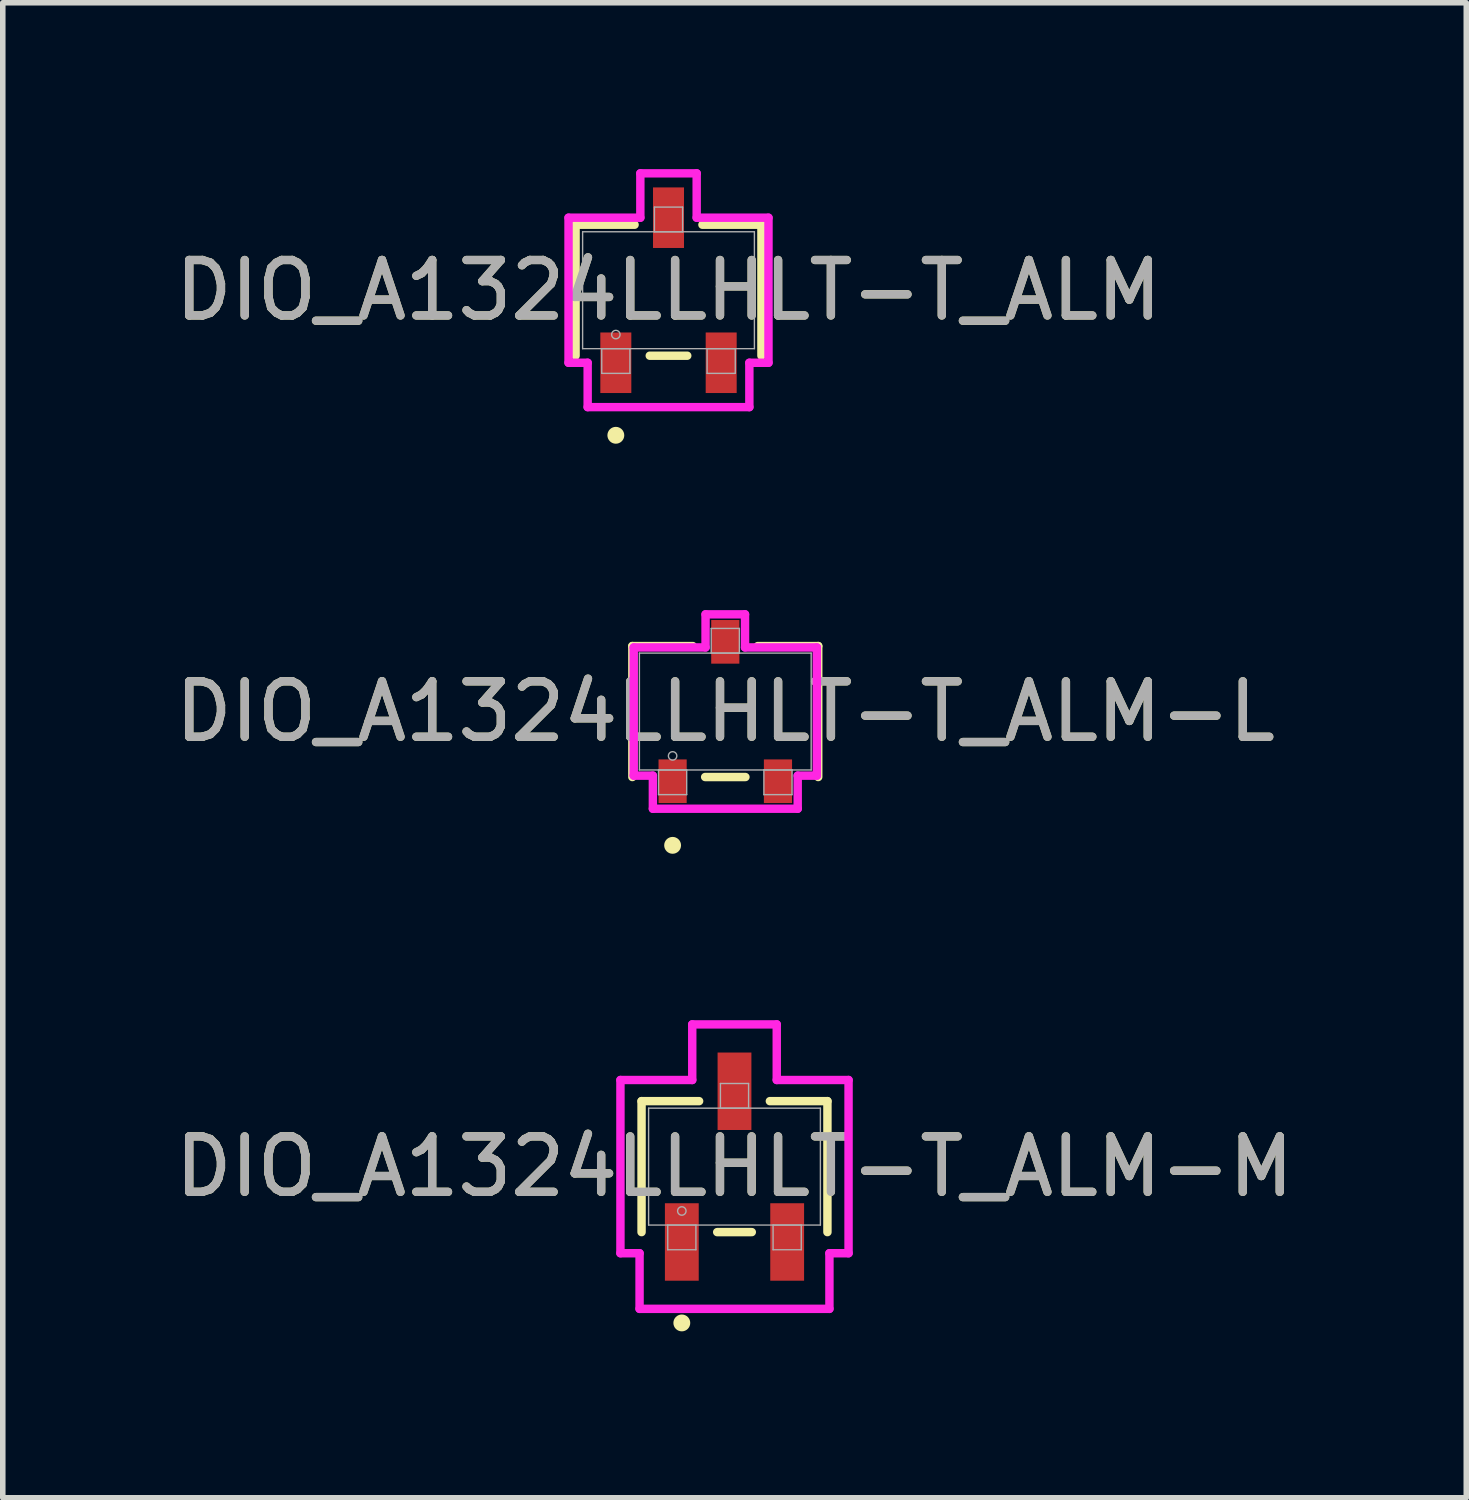
<source format=kicad_pcb>
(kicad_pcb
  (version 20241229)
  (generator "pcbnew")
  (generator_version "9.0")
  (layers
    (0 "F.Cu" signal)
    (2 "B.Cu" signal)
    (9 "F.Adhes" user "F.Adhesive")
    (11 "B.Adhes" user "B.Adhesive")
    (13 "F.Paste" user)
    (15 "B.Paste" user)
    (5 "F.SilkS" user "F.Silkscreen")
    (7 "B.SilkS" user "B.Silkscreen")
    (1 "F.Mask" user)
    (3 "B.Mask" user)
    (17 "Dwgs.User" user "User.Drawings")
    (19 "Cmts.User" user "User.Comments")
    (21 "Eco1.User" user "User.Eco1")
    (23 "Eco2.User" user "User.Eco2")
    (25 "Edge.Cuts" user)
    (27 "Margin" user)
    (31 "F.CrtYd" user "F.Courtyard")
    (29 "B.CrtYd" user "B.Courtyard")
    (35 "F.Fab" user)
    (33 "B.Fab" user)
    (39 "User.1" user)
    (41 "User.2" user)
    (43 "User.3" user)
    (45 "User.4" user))
  (footprint "DIO_A1324LLHLT-T_ALM"
    (layer "F.Cu")
    (at 9.006 2.184)
    (property "Reference" "DIO_A1324LLHLT-T_ALM" (at 0 0 0) (unlocked yes) (layer "F.SilkS") (effects (font (size 1 1) (thickness 0.15))))
    (attr smd)
    (fp_line (start -1.676 -1.181) (end -1.676 1.181) (stroke (width 0.152) (type solid)) (layer "F.SilkS"))
    (fp_line (start -0.612 -1.181) (end -1.676 -1.181) (stroke (width 0.152) (type solid)) (layer "F.SilkS"))
    (fp_line (start -0.338 1.181) (end 0.338 1.181) (stroke (width 0.152) (type solid)) (layer "F.SilkS"))
    (fp_line (start 1.676 -1.181) (end 0.612 -1.181) (stroke (width 0.152) (type solid)) (layer "F.SilkS"))
    (fp_line (start 1.676 1.181) (end 1.676 -1.181) (stroke (width 0.152) (type solid)) (layer "F.SilkS"))
    (fp_circle (center -0.95 2.616) (end -0.874 2.616) (stroke (width 0.152) (type solid)) (fill no) (layer "F.SilkS"))
    (fp_line (start -1.803 -1.308) (end -0.508 -1.308) (stroke (width 0.152) (type solid)) (layer "F.CrtYd"))
    (fp_line (start -1.803 1.308) (end -1.803 -1.308) (stroke (width 0.152) (type solid)) (layer "F.CrtYd"))
    (fp_line (start -1.803 1.308) (end -1.458 1.308) (stroke (width 0.152) (type solid)) (layer "F.CrtYd"))
    (fp_line (start -1.458 1.308) (end -1.458 2.108) (stroke (width 0.152) (type solid)) (layer "F.CrtYd"))
    (fp_line (start -1.458 2.108) (end 1.458 2.108) (stroke (width 0.152) (type solid)) (layer "F.CrtYd"))
    (fp_line (start -0.508 -2.108) (end 0.508 -2.108) (stroke (width 0.152) (type solid)) (layer "F.CrtYd"))
    (fp_line (start -0.508 -1.308) (end -0.508 -2.108) (stroke (width 0.152) (type solid)) (layer "F.CrtYd"))
    (fp_line (start 0.508 -1.308) (end 0.508 -2.108) (stroke (width 0.152) (type solid)) (layer "F.CrtYd"))
    (fp_line (start 1.458 1.308) (end 1.458 2.108) (stroke (width 0.152) (type solid)) (layer "F.CrtYd"))
    (fp_line (start 1.803 -1.308) (end 0.508 -1.308) (stroke (width 0.152) (type solid)) (layer "F.CrtYd"))
    (fp_line (start 1.803 -1.308) (end 1.803 1.308) (stroke (width 0.152) (type solid)) (layer "F.CrtYd"))
    (fp_line (start 1.803 1.308) (end 1.458 1.308) (stroke (width 0.152) (type solid)) (layer "F.CrtYd"))
    (fp_line (start -1.549 -1.054) (end -1.549 1.054) (stroke (width 0.025) (type solid)) (layer "F.Fab"))
    (fp_line (start -1.549 1.054) (end 1.549 1.054) (stroke (width 0.025) (type solid)) (layer "F.Fab"))
    (fp_line (start -1.204 1.054) (end -1.204 1.499) (stroke (width 0.025) (type solid)) (layer "F.Fab"))
    (fp_line (start -1.204 1.499) (end -0.696 1.499) (stroke (width 0.025) (type solid)) (layer "F.Fab"))
    (fp_line (start -0.696 1.054) (end -1.204 1.054) (stroke (width 0.025) (type solid)) (layer "F.Fab"))
    (fp_line (start -0.696 1.499) (end -0.696 1.054) (stroke (width 0.025) (type solid)) (layer "F.Fab"))
    (fp_line (start -0.254 -1.499) (end -0.254 -1.054) (stroke (width 0.025) (type solid)) (layer "F.Fab"))
    (fp_line (start -0.254 -1.054) (end 0.254 -1.054) (stroke (width 0.025) (type solid)) (layer "F.Fab"))
    (fp_line (start 0.254 -1.499) (end -0.254 -1.499) (stroke (width 0.025) (type solid)) (layer "F.Fab"))
    (fp_line (start 0.254 -1.054) (end 0.254 -1.499) (stroke (width 0.025) (type solid)) (layer "F.Fab"))
    (fp_line (start 0.696 1.054) (end 0.696 1.499) (stroke (width 0.025) (type solid)) (layer "F.Fab"))
    (fp_line (start 0.696 1.499) (end 1.204 1.499) (stroke (width 0.025) (type solid)) (layer "F.Fab"))
    (fp_line (start 1.204 1.054) (end 0.696 1.054) (stroke (width 0.025) (type solid)) (layer "F.Fab"))
    (fp_line (start 1.204 1.499) (end 1.204 1.054) (stroke (width 0.025) (type solid)) (layer "F.Fab"))
    (fp_line (start 1.549 -1.054) (end -1.549 -1.054) (stroke (width 0.025) (type solid)) (layer "F.Fab"))
    (fp_line (start 1.549 1.054) (end 1.549 -1.054) (stroke (width 0.025) (type solid)) (layer "F.Fab"))
    (fp_circle (center -0.95 0.8) (end -0.874 0.8) (stroke (width 0.025) (type solid)) (fill no) (layer "F.Fab"))
    (fp_text user "${REFERENCE}" (at 0 0 0) (unlocked yes) (layer "F.Fab") (effects (font (size 1 1) (thickness 0.15))))
    (pad "1" smd rect (at -0.95 1.308) (size 0.559 1.092) (layers "F.Cu" "F.Mask" "F.Paste"))
    (pad "2" smd rect (at 0.95 1.308) (size 0.559 1.092) (layers "F.Cu" "F.Mask" "F.Paste"))
    (pad "3" smd rect (at 0 -1.308) (size 0.559 1.092) (layers "F.Cu" "F.Mask" "F.Paste")))
  (footprint "DIO_A1324LLHLT-T_ALM-M"
    (layer "F.Cu")
    (at 10.196 17.989)
    (property "Reference" "DIO_A1324LLHLT-T_ALM-M" (at 0 0 0) (unlocked yes) (layer "F.SilkS") (effects (font (size 1 1) (thickness 0.15))))
    (attr smd)
    (fp_line (start -1.676 -1.181) (end -1.676 1.181) (stroke (width 0.152) (type solid)) (layer "F.SilkS"))
    (fp_line (start -0.638 -1.181) (end -1.676 -1.181) (stroke (width 0.152) (type solid)) (layer "F.SilkS"))
    (fp_line (start -0.312 1.181) (end 0.312 1.181) (stroke (width 0.152) (type solid)) (layer "F.SilkS"))
    (fp_line (start 1.676 -1.181) (end 0.638 -1.181) (stroke (width 0.152) (type solid)) (layer "F.SilkS"))
    (fp_line (start 1.676 1.181) (end 1.676 -1.181) (stroke (width 0.152) (type solid)) (layer "F.SilkS"))
    (fp_circle (center -0.95 2.819) (end -0.874 2.819) (stroke (width 0.152) (type solid)) (fill no) (layer "F.SilkS"))
    (fp_line (start -2.057 -1.562) (end -0.762 -1.562) (stroke (width 0.152) (type solid)) (layer "F.CrtYd"))
    (fp_line (start -2.057 1.562) (end -2.057 -1.562) (stroke (width 0.152) (type solid)) (layer "F.CrtYd"))
    (fp_line (start -2.057 1.562) (end -1.712 1.562) (stroke (width 0.152) (type solid)) (layer "F.CrtYd"))
    (fp_line (start -1.712 1.562) (end -1.712 2.565) (stroke (width 0.152) (type solid)) (layer "F.CrtYd"))
    (fp_line (start -1.712 2.565) (end 1.712 2.565) (stroke (width 0.152) (type solid)) (layer "F.CrtYd"))
    (fp_line (start -0.762 -2.565) (end 0.762 -2.565) (stroke (width 0.152) (type solid)) (layer "F.CrtYd"))
    (fp_line (start -0.762 -1.562) (end -0.762 -2.565) (stroke (width 0.152) (type solid)) (layer "F.CrtYd"))
    (fp_line (start 0.762 -1.562) (end 0.762 -2.565) (stroke (width 0.152) (type solid)) (layer "F.CrtYd"))
    (fp_line (start 1.712 1.562) (end 1.712 2.565) (stroke (width 0.152) (type solid)) (layer "F.CrtYd"))
    (fp_line (start 2.057 -1.562) (end 0.762 -1.562) (stroke (width 0.152) (type solid)) (layer "F.CrtYd"))
    (fp_line (start 2.057 -1.562) (end 2.057 1.562) (stroke (width 0.152) (type solid)) (layer "F.CrtYd"))
    (fp_line (start 2.057 1.562) (end 1.712 1.562) (stroke (width 0.152) (type solid)) (layer "F.CrtYd"))
    (fp_line (start -1.549 -1.054) (end -1.549 1.054) (stroke (width 0.025) (type solid)) (layer "F.Fab"))
    (fp_line (start -1.549 1.054) (end 1.549 1.054) (stroke (width 0.025) (type solid)) (layer "F.Fab"))
    (fp_line (start -1.204 1.054) (end -1.204 1.499) (stroke (width 0.025) (type solid)) (layer "F.Fab"))
    (fp_line (start -1.204 1.499) (end -0.696 1.499) (stroke (width 0.025) (type solid)) (layer "F.Fab"))
    (fp_line (start -0.696 1.054) (end -1.204 1.054) (stroke (width 0.025) (type solid)) (layer "F.Fab"))
    (fp_line (start -0.696 1.499) (end -0.696 1.054) (stroke (width 0.025) (type solid)) (layer "F.Fab"))
    (fp_line (start -0.254 -1.499) (end -0.254 -1.054) (stroke (width 0.025) (type solid)) (layer "F.Fab"))
    (fp_line (start -0.254 -1.054) (end 0.254 -1.054) (stroke (width 0.025) (type solid)) (layer "F.Fab"))
    (fp_line (start 0.254 -1.499) (end -0.254 -1.499) (stroke (width 0.025) (type solid)) (layer "F.Fab"))
    (fp_line (start 0.254 -1.054) (end 0.254 -1.499) (stroke (width 0.025) (type solid)) (layer "F.Fab"))
    (fp_line (start 0.696 1.054) (end 0.696 1.499) (stroke (width 0.025) (type solid)) (layer "F.Fab"))
    (fp_line (start 0.696 1.499) (end 1.204 1.499) (stroke (width 0.025) (type solid)) (layer "F.Fab"))
    (fp_line (start 1.204 1.054) (end 0.696 1.054) (stroke (width 0.025) (type solid)) (layer "F.Fab"))
    (fp_line (start 1.204 1.499) (end 1.204 1.054) (stroke (width 0.025) (type solid)) (layer "F.Fab"))
    (fp_line (start 1.549 -1.054) (end -1.549 -1.054) (stroke (width 0.025) (type solid)) (layer "F.Fab"))
    (fp_line (start 1.549 1.054) (end 1.549 -1.054) (stroke (width 0.025) (type solid)) (layer "F.Fab"))
    (fp_circle (center -0.95 0.8) (end -0.874 0.8) (stroke (width 0.025) (type solid)) (fill no) (layer "F.Fab"))
    (fp_text user "${REFERENCE}" (at 0 0 0) (unlocked yes) (layer "F.Fab") (effects (font (size 1 1) (thickness 0.15))))
    (pad "1" smd rect (at -0.95 1.359) (size 0.61 1.397) (layers "F.Cu" "F.Mask" "F.Paste"))
    (pad "2" smd rect (at 0.95 1.359) (size 0.61 1.397) (layers "F.Cu" "F.Mask" "F.Paste"))
    (pad "3" smd rect (at 0 -1.359) (size 0.61 1.397) (layers "F.Cu" "F.Mask" "F.Paste")))
  (footprint "DIO_A1324LLHLT-T_ALM-L"
    (layer "F.Cu")
    (at 10.03 9.782)
    (property "Reference" "DIO_A1324LLHLT-T_ALM-L" (at 0 0 0) (unlocked yes) (layer "F.SilkS") (effects (font (size 1 1) (thickness 0.15))))
    (attr smd)
    (fp_line (start -1.676 -1.181) (end -1.676 1.181) (stroke (width 0.152) (type solid)) (layer "F.SilkS"))
    (fp_line (start -0.587 -1.181) (end -1.676 -1.181) (stroke (width 0.152) (type solid)) (layer "F.SilkS"))
    (fp_line (start -0.363 1.181) (end 0.363 1.181) (stroke (width 0.152) (type solid)) (layer "F.SilkS"))
    (fp_line (start 1.676 -1.181) (end 0.587 -1.181) (stroke (width 0.152) (type solid)) (layer "F.SilkS"))
    (fp_line (start 1.676 1.181) (end 1.676 -1.181) (stroke (width 0.152) (type solid)) (layer "F.SilkS"))
    (fp_circle (center -0.95 2.413) (end -0.874 2.413) (stroke (width 0.152) (type solid)) (fill no) (layer "F.SilkS"))
    (fp_line (start -1.651 -1.156) (end -0.356 -1.156) (stroke (width 0.152) (type solid)) (layer "F.CrtYd"))
    (fp_line (start -1.651 1.156) (end -1.651 -1.156) (stroke (width 0.152) (type solid)) (layer "F.CrtYd"))
    (fp_line (start -1.651 1.156) (end -1.306 1.156) (stroke (width 0.152) (type solid)) (layer "F.CrtYd"))
    (fp_line (start -1.306 1.156) (end -1.306 1.753) (stroke (width 0.152) (type solid)) (layer "F.CrtYd"))
    (fp_line (start -1.306 1.753) (end 1.306 1.753) (stroke (width 0.152) (type solid)) (layer "F.CrtYd"))
    (fp_line (start -0.356 -1.753) (end 0.356 -1.753) (stroke (width 0.152) (type solid)) (layer "F.CrtYd"))
    (fp_line (start -0.356 -1.156) (end -0.356 -1.753) (stroke (width 0.152) (type solid)) (layer "F.CrtYd"))
    (fp_line (start 0.356 -1.156) (end 0.356 -1.753) (stroke (width 0.152) (type solid)) (layer "F.CrtYd"))
    (fp_line (start 1.306 1.156) (end 1.306 1.753) (stroke (width 0.152) (type solid)) (layer "F.CrtYd"))
    (fp_line (start 1.651 -1.156) (end 0.356 -1.156) (stroke (width 0.152) (type solid)) (layer "F.CrtYd"))
    (fp_line (start 1.651 -1.156) (end 1.651 1.156) (stroke (width 0.152) (type solid)) (layer "F.CrtYd"))
    (fp_line (start 1.651 1.156) (end 1.306 1.156) (stroke (width 0.152) (type solid)) (layer "F.CrtYd"))
    (fp_line (start -1.549 -1.054) (end -1.549 1.054) (stroke (width 0.025) (type solid)) (layer "F.Fab"))
    (fp_line (start -1.549 1.054) (end 1.549 1.054) (stroke (width 0.025) (type solid)) (layer "F.Fab"))
    (fp_line (start -1.204 1.054) (end -1.204 1.499) (stroke (width 0.025) (type solid)) (layer "F.Fab"))
    (fp_line (start -1.204 1.499) (end -0.696 1.499) (stroke (width 0.025) (type solid)) (layer "F.Fab"))
    (fp_line (start -0.696 1.054) (end -1.204 1.054) (stroke (width 0.025) (type solid)) (layer "F.Fab"))
    (fp_line (start -0.696 1.499) (end -0.696 1.054) (stroke (width 0.025) (type solid)) (layer "F.Fab"))
    (fp_line (start -0.254 -1.499) (end -0.254 -1.054) (stroke (width 0.025) (type solid)) (layer "F.Fab"))
    (fp_line (start -0.254 -1.054) (end 0.254 -1.054) (stroke (width 0.025) (type solid)) (layer "F.Fab"))
    (fp_line (start 0.254 -1.499) (end -0.254 -1.499) (stroke (width 0.025) (type solid)) (layer "F.Fab"))
    (fp_line (start 0.254 -1.054) (end 0.254 -1.499) (stroke (width 0.025) (type solid)) (layer "F.Fab"))
    (fp_line (start 0.696 1.054) (end 0.696 1.499) (stroke (width 0.025) (type solid)) (layer "F.Fab"))
    (fp_line (start 0.696 1.499) (end 1.204 1.499) (stroke (width 0.025) (type solid)) (layer "F.Fab"))
    (fp_line (start 1.204 1.054) (end 0.696 1.054) (stroke (width 0.025) (type solid)) (layer "F.Fab"))
    (fp_line (start 1.204 1.499) (end 1.204 1.054) (stroke (width 0.025) (type solid)) (layer "F.Fab"))
    (fp_line (start 1.549 -1.054) (end -1.549 -1.054) (stroke (width 0.025) (type solid)) (layer "F.Fab"))
    (fp_line (start 1.549 1.054) (end 1.549 -1.054) (stroke (width 0.025) (type solid)) (layer "F.Fab"))
    (fp_circle (center -0.95 0.8) (end -0.874 0.8) (stroke (width 0.025) (type solid)) (fill no) (layer "F.Fab"))
    (fp_text user "${REFERENCE}" (at 0 0 0) (unlocked yes) (layer "F.Fab") (effects (font (size 1 1) (thickness 0.15))))
    (pad "1" smd rect (at -0.95 1.257) (size 0.508 0.787) (layers "F.Cu" "F.Mask" "F.Paste"))
    (pad "2" smd rect (at 0.95 1.257) (size 0.508 0.787) (layers "F.Cu" "F.Mask" "F.Paste"))
    (pad "3" smd rect (at 0 -1.257) (size 0.508 0.787) (layers "F.Cu" "F.Mask" "F.Paste")))
  (gr_rect
    (start -3 -3)
    (end 23.393 23.961)
    (stroke (width 0.1) (type default))
    (fill no)
    (layer "Edge.Cuts")))
</source>
